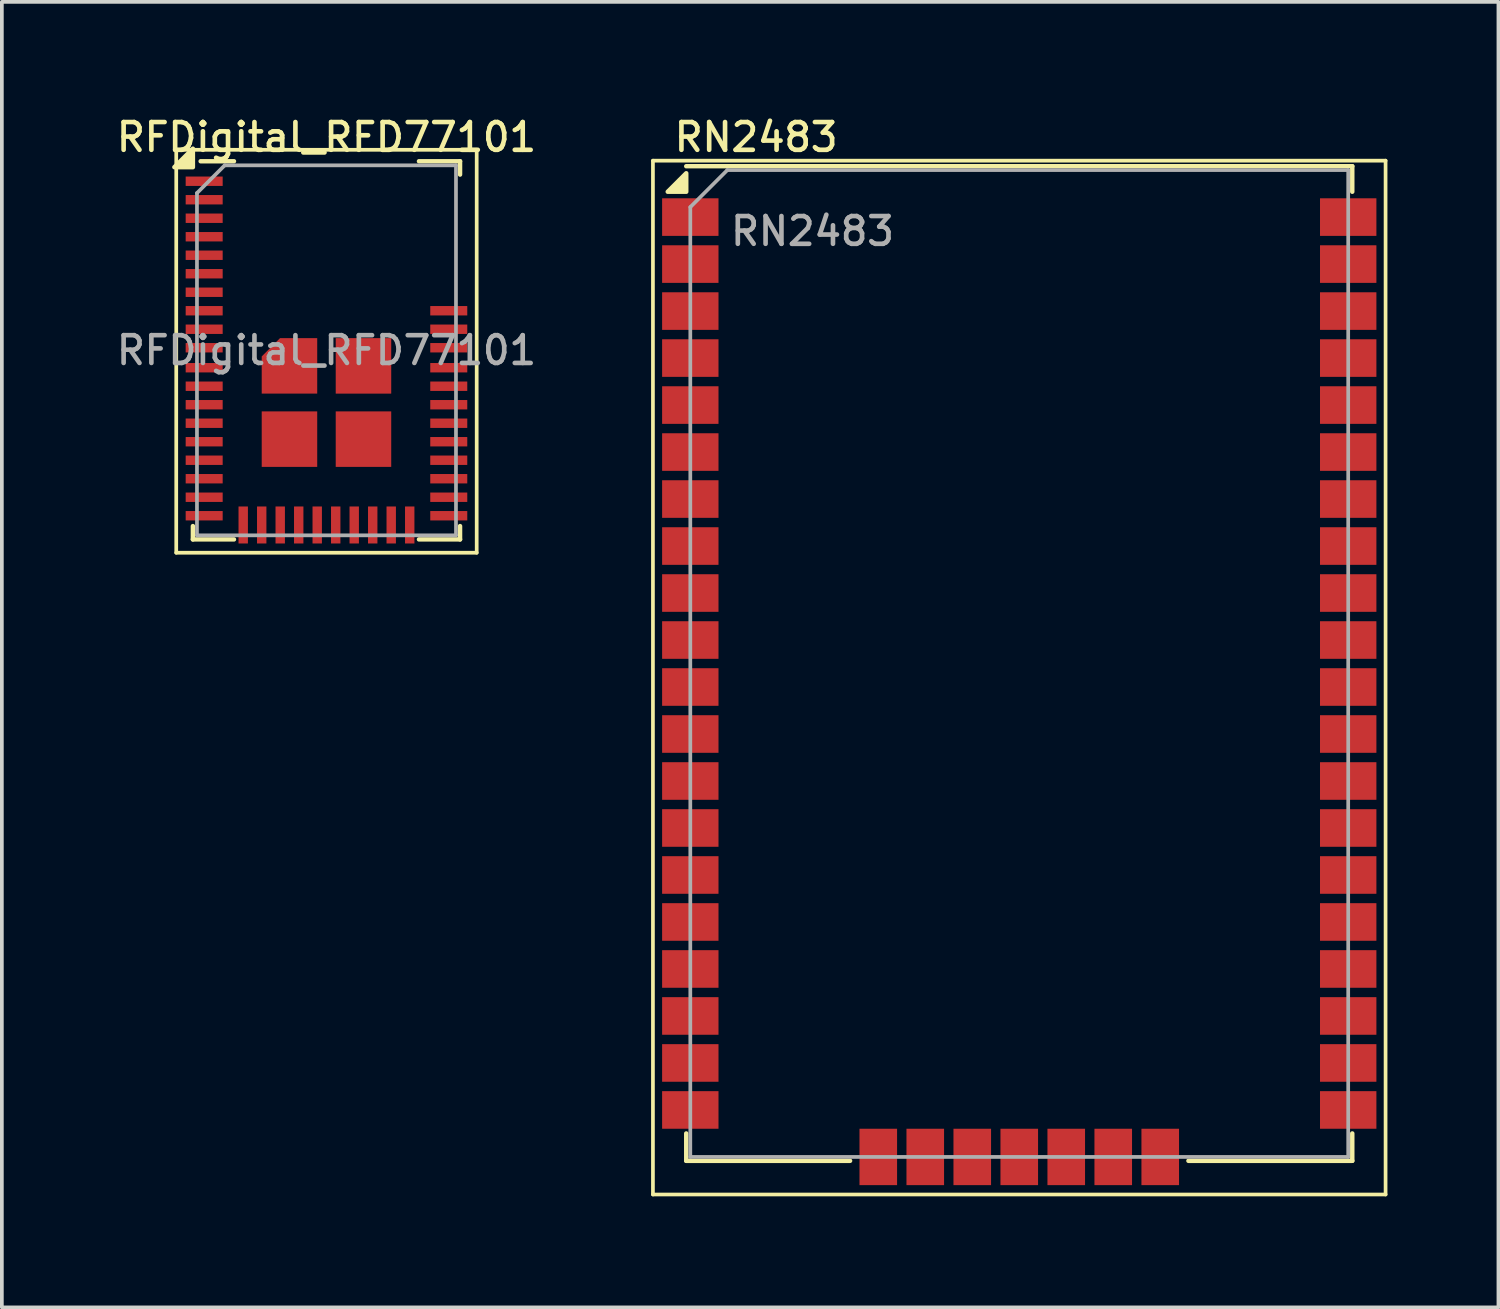
<source format=kicad_pcb>
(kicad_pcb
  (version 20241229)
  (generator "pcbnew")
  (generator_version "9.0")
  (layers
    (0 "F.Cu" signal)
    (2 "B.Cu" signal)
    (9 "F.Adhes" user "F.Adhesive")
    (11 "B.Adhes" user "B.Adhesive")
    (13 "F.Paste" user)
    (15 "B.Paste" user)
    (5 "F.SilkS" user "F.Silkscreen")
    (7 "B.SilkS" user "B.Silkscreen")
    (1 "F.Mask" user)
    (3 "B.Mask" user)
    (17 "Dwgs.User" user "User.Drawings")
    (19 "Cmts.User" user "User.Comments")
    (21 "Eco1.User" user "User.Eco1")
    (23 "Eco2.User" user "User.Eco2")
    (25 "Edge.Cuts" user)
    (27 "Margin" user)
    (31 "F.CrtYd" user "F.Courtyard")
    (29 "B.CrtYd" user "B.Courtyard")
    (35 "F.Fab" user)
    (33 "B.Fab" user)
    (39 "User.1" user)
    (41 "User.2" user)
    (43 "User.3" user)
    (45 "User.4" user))
  (footprint "RN2483"
    (layer "F.Cu")
    (at 24.496 14.882)
    (property "Reference" "RN2483" (at -7.112 -14.224 0) (layer "F.SilkS") (effects (font (size 0.75 0.75) (thickness 0.125))))
    (attr smd)
    (fp_line (start -9.9 -13.59) (end 9.9 -13.59) (stroke (width 0.1) (type solid)) (layer "F.SilkS"))
    (fp_line (start -9.9 14.35) (end -9.9 -13.59) (stroke (width 0.1) (type solid)) (layer "F.SilkS"))
    (fp_line (start -9 -13.44) (end 9 -13.44) (stroke (width 0.12) (type solid)) (layer "F.SilkS"))
    (fp_line (start -9 12.7) (end -9 13.44) (stroke (width 0.12) (type solid)) (layer "F.SilkS"))
    (fp_line (start -9 13.44) (end -4.572 13.44) (stroke (width 0.12) (type solid)) (layer "F.SilkS"))
    (fp_line (start 4.572 13.44) (end 9 13.44) (stroke (width 0.12) (type solid)) (layer "F.SilkS"))
    (fp_line (start 9 -13.44) (end 9 -12.75) (stroke (width 0.12) (type solid)) (layer "F.SilkS"))
    (fp_line (start 9 13.44) (end 9 12.7) (stroke (width 0.12) (type solid)) (layer "F.SilkS"))
    (fp_line (start 9.9 -13.59) (end 9.9 14.35) (stroke (width 0.1) (type solid)) (layer "F.SilkS"))
    (fp_line (start 9.9 14.35) (end -9.9 14.35) (stroke (width 0.1) (type solid)) (layer "F.SilkS"))
    (fp_poly (pts (xy -9 -12.75) (xy -9.5 -12.75) (xy -9 -13.25) (xy -9 -12.75)) (stroke (width 0.12) (type solid)) (fill yes) (layer "F.SilkS"))
    (fp_line (start -8.89 13.335) (end -8.89 -12.335) (stroke (width 0.1) (type solid)) (layer "F.Fab"))
    (fp_line (start -7.89 -13.335) (end -8.89 -12.335) (stroke (width 0.1) (type solid)) (layer "F.Fab"))
    (fp_line (start -7.89 -13.335) (end 8.89 -13.335) (stroke (width 0.1) (type solid)) (layer "F.Fab"))
    (fp_line (start 8.89 -13.335) (end 8.89 13.335) (stroke (width 0.1) (type solid)) (layer "F.Fab"))
    (fp_line (start 8.89 13.335) (end -8.89 13.335) (stroke (width 0.1) (type solid)) (layer "F.Fab"))
    (fp_text user "${REFERENCE}" (at -5.588 -11.684 0) (layer "F.Fab") (effects (font (size 0.75 0.75) (thickness 0.125))))
    (pad "1" smd rect (at -8.89 -12.065) (size 1.524 1.016) (layers "F.Cu" "F.Mask" "F.Paste"))
    (pad "2" smd rect (at -8.89 -10.795) (size 1.524 1.016) (layers "F.Cu" "F.Mask" "F.Paste"))
    (pad "3" smd rect (at -8.89 -9.525) (size 1.524 1.016) (layers "F.Cu" "F.Mask" "F.Paste"))
    (pad "4" smd rect (at -8.89 -8.255) (size 1.524 1.016) (layers "F.Cu" "F.Mask" "F.Paste"))
    (pad "5" smd rect (at -8.89 -6.985) (size 1.524 1.016) (layers "F.Cu" "F.Mask" "F.Paste"))
    (pad "6" smd rect (at -8.89 -5.715) (size 1.524 1.016) (layers "F.Cu" "F.Mask" "F.Paste"))
    (pad "7" smd rect (at -8.89 -4.445) (size 1.524 1.016) (layers "F.Cu" "F.Mask" "F.Paste"))
    (pad "8" smd rect (at -8.89 -3.175) (size 1.524 1.016) (layers "F.Cu" "F.Mask" "F.Paste"))
    (pad "9" smd rect (at -8.89 -1.905) (size 1.524 1.016) (layers "F.Cu" "F.Mask" "F.Paste"))
    (pad "10" smd rect (at -8.89 -0.635) (size 1.524 1.016) (layers "F.Cu" "F.Mask" "F.Paste"))
    (pad "11" smd rect (at -8.89 0.635) (size 1.524 1.016) (layers "F.Cu" "F.Mask" "F.Paste"))
    (pad "12" smd rect (at -8.89 1.905) (size 1.524 1.016) (layers "F.Cu" "F.Mask" "F.Paste"))
    (pad "13" smd rect (at -8.89 3.175) (size 1.524 1.016) (layers "F.Cu" "F.Mask" "F.Paste"))
    (pad "14" smd rect (at -8.89 4.445) (size 1.524 1.016) (layers "F.Cu" "F.Mask" "F.Paste"))
    (pad "15" smd rect (at -8.89 5.715) (size 1.524 1.016) (layers "F.Cu" "F.Mask" "F.Paste"))
    (pad "16" smd rect (at -8.89 6.985) (size 1.524 1.016) (layers "F.Cu" "F.Mask" "F.Paste"))
    (pad "17" smd rect (at -8.89 8.255) (size 1.524 1.016) (layers "F.Cu" "F.Mask" "F.Paste"))
    (pad "18" smd rect (at -8.89 9.525) (size 1.524 1.016) (layers "F.Cu" "F.Mask" "F.Paste"))
    (pad "19" smd rect (at -8.89 10.795) (size 1.524 1.016) (layers "F.Cu" "F.Mask" "F.Paste"))
    (pad "20" smd rect (at -8.89 12.065) (size 1.524 1.016) (layers "F.Cu" "F.Mask" "F.Paste"))
    (pad "21" smd rect (at -3.81 13.335 90) (size 1.524 1.016) (layers "F.Cu" "F.Mask" "F.Paste"))
    (pad "22" smd rect (at -2.54 13.335 90) (size 1.524 1.016) (layers "F.Cu" "F.Mask" "F.Paste"))
    (pad "23" smd rect (at -1.27 13.335 90) (size 1.524 1.016) (layers "F.Cu" "F.Mask" "F.Paste"))
    (pad "24" smd rect (at 0 13.335 90) (size 1.524 1.016) (layers "F.Cu" "F.Mask" "F.Paste"))
    (pad "25" smd rect (at 1.27 13.335 90) (size 1.524 1.016) (layers "F.Cu" "F.Mask" "F.Paste"))
    (pad "26" smd rect (at 2.54 13.335 90) (size 1.524 1.016) (layers "F.Cu" "F.Mask" "F.Paste"))
    (pad "27" smd rect (at 3.81 13.335 90) (size 1.524 1.016) (layers "F.Cu" "F.Mask" "F.Paste"))
    (pad "28" smd rect (at 8.89 12.065) (size 1.524 1.016) (layers "F.Cu" "F.Mask" "F.Paste"))
    (pad "29" smd rect (at 8.89 10.795) (size 1.524 1.016) (layers "F.Cu" "F.Mask" "F.Paste"))
    (pad "30" smd rect (at 8.89 9.525) (size 1.524 1.016) (layers "F.Cu" "F.Mask" "F.Paste"))
    (pad "31" smd rect (at 8.89 8.255) (size 1.524 1.016) (layers "F.Cu" "F.Mask" "F.Paste"))
    (pad "32" smd rect (at 8.89 6.985) (size 1.524 1.016) (layers "F.Cu" "F.Mask" "F.Paste"))
    (pad "33" smd rect (at 8.89 5.715) (size 1.524 1.016) (layers "F.Cu" "F.Mask" "F.Paste"))
    (pad "34" smd rect (at 8.89 4.445) (size 1.524 1.016) (layers "F.Cu" "F.Mask" "F.Paste"))
    (pad "35" smd rect (at 8.89 3.175) (size 1.524 1.016) (layers "F.Cu" "F.Mask" "F.Paste"))
    (pad "36" smd rect (at 8.89 1.905) (size 1.524 1.016) (layers "F.Cu" "F.Mask" "F.Paste"))
    (pad "37" smd rect (at 8.89 0.635) (size 1.524 1.016) (layers "F.Cu" "F.Mask" "F.Paste"))
    (pad "38" smd rect (at 8.89 -0.635) (size 1.524 1.016) (layers "F.Cu" "F.Mask" "F.Paste"))
    (pad "39" smd rect (at 8.89 -1.905) (size 1.524 1.016) (layers "F.Cu" "F.Mask" "F.Paste"))
    (pad "40" smd rect (at 8.89 -3.175) (size 1.524 1.016) (layers "F.Cu" "F.Mask" "F.Paste"))
    (pad "41" smd rect (at 8.89 -4.445) (size 1.524 1.016) (layers "F.Cu" "F.Mask" "F.Paste"))
    (pad "42" smd rect (at 8.89 -5.715) (size 1.524 1.016) (layers "F.Cu" "F.Mask" "F.Paste"))
    (pad "43" smd rect (at 8.89 -6.985) (size 1.524 1.016) (layers "F.Cu" "F.Mask" "F.Paste"))
    (pad "44" smd rect (at 8.89 -8.255) (size 1.524 1.016) (layers "F.Cu" "F.Mask" "F.Paste"))
    (pad "45" smd rect (at 8.89 -9.525) (size 1.524 1.016) (layers "F.Cu" "F.Mask" "F.Paste"))
    (pad "46" smd rect (at 8.89 -10.795) (size 1.524 1.016) (layers "F.Cu" "F.Mask" "F.Paste"))
    (pad "47" smd rect (at 8.89 -12.065) (size 1.524 1.016) (layers "F.Cu" "F.Mask" "F.Paste")))
  (footprint "RFDigital_RFD77101"
    (layer "F.Cu")
    (at 5.773 6.418)
    (property "Reference" "RFDigital_RFD77101" (at 0 -5.76 0) (layer "F.SilkS") (effects (font (size 0.75 0.75) (thickness 0.125))))
    (attr smd)
    (fp_line (start -4.06 -5.42) (end -4.06 5.47) (stroke (width 0.1) (type solid)) (layer "F.SilkS"))
    (fp_line (start -4.06 5.47) (end 4.06 5.47) (stroke (width 0.1) (type solid)) (layer "F.SilkS"))
    (fp_line (start -3.61 4.75) (end -3.61 5.11) (stroke (width 0.12) (type solid)) (layer "F.SilkS"))
    (fp_line (start -3.61 5.11) (end -2.5 5.11) (stroke (width 0.12) (type solid)) (layer "F.SilkS"))
    (fp_line (start -3.4 -5.11) (end -2.5 -5.11) (stroke (width 0.12) (type solid)) (layer "F.SilkS"))
    (fp_line (start 3.61 -5.11) (end 2.5 -5.11) (stroke (width 0.12) (type solid)) (layer "F.SilkS"))
    (fp_line (start 3.61 -4.75) (end 3.61 -5.11) (stroke (width 0.12) (type solid)) (layer "F.SilkS"))
    (fp_line (start 3.61 4.75) (end 3.61 5.11) (stroke (width 0.12) (type solid)) (layer "F.SilkS"))
    (fp_line (start 3.61 5.11) (end 2.5 5.11) (stroke (width 0.12) (type solid)) (layer "F.SilkS"))
    (fp_line (start 4.06 -5.42) (end -4.06 -5.42) (stroke (width 0.1) (type solid)) (layer "F.SilkS"))
    (fp_line (start 4.06 5.47) (end 4.06 -5.42) (stroke (width 0.1) (type solid)) (layer "F.SilkS"))
    (fp_poly (pts (xy -3.61 -4.95) (xy -4.11 -4.95) (xy -3.61 -5.45) (xy -3.61 -4.95)) (stroke (width 0.12) (type solid)) (fill yes) (layer "F.SilkS"))
    (fp_line (start -3.5 -4.25) (end -3.5 5) (stroke (width 0.1) (type solid)) (layer "F.Fab"))
    (fp_line (start -3.5 5) (end 3.5 5) (stroke (width 0.1) (type solid)) (layer "F.Fab"))
    (fp_line (start -2.75 -5) (end -3.5 -4.25) (stroke (width 0.1) (type solid)) (layer "F.Fab"))
    (fp_line (start 3.5 -5) (end -2.75 -5) (stroke (width 0.1) (type solid)) (layer "F.Fab"))
    (fp_line (start 3.5 5) (end 3.5 -5) (stroke (width 0.1) (type solid)) (layer "F.Fab"))
    (fp_text user "${REFERENCE}" (at 0 0 0) (layer "F.Fab") (effects (font (size 0.75 0.75) (thickness 0.125))))
    (pad "1" smd rect (at -3.305 -4.57) (size 1 0.254) (layers "F.Cu" "F.Mask" "F.Paste"))
    (pad "2" smd rect (at -3.305 -4.07) (size 1 0.254) (layers "F.Cu" "F.Mask" "F.Paste"))
    (pad "3" smd rect (at -3.305 -3.57) (size 1 0.254) (layers "F.Cu" "F.Mask" "F.Paste"))
    (pad "4" smd rect (at -3.305 -3.07) (size 1 0.254) (layers "F.Cu" "F.Mask" "F.Paste"))
    (pad "5" smd rect (at -3.305 -2.57) (size 1 0.254) (layers "F.Cu" "F.Mask" "F.Paste"))
    (pad "6" smd rect (at -3.305 -2.07) (size 1 0.254) (layers "F.Cu" "F.Mask" "F.Paste"))
    (pad "7" smd rect (at -3.305 -1.57) (size 1 0.254) (layers "F.Cu" "F.Mask" "F.Paste"))
    (pad "8" smd rect (at -3.305 -1.07) (size 1 0.254) (layers "F.Cu" "F.Mask" "F.Paste"))
    (pad "9" smd rect (at -3.305 -0.57) (size 1 0.254) (layers "F.Cu" "F.Mask" "F.Paste"))
    (pad "10" smd rect (at -3.305 -0.07) (size 1 0.254) (layers "F.Cu" "F.Mask" "F.Paste"))
    (pad "11" smd rect (at -3.305 0.47) (size 1 0.254) (layers "F.Cu" "F.Mask" "F.Paste"))
    (pad "12" smd rect (at -3.305 0.97) (size 1 0.254) (layers "F.Cu" "F.Mask" "F.Paste"))
    (pad "13" smd rect (at -3.305 1.47) (size 1 0.254) (layers "F.Cu" "F.Mask" "F.Paste"))
    (pad "14" smd rect (at -3.305 1.97) (size 1 0.254) (layers "F.Cu" "F.Mask" "F.Paste"))
    (pad "15" smd rect (at -3.305 2.47) (size 1 0.254) (layers "F.Cu" "F.Mask" "F.Paste"))
    (pad "16" smd rect (at -3.305 2.97) (size 1 0.254) (layers "F.Cu" "F.Mask" "F.Paste"))
    (pad "17" smd rect (at -3.305 3.47) (size 1 0.254) (layers "F.Cu" "F.Mask" "F.Paste"))
    (pad "18" smd rect (at -3.305 3.97) (size 1 0.254) (layers "F.Cu" "F.Mask" "F.Paste"))
    (pad "19" smd rect (at -3.305 4.47) (size 1 0.254) (layers "F.Cu" "F.Mask" "F.Paste"))
    (pad "20" smd rect (at -2.25 4.72 90) (size 1 0.254) (layers "F.Cu" "F.Mask" "F.Paste"))
    (pad "21" smd rect (at -1.75 4.72 90) (size 1 0.254) (layers "F.Cu" "F.Mask" "F.Paste"))
    (pad "22" smd rect (at -1.25 4.72 90) (size 1 0.254) (layers "F.Cu" "F.Mask" "F.Paste"))
    (pad "23" smd rect (at -0.75 4.72 90) (size 1 0.254) (layers "F.Cu" "F.Mask" "F.Paste"))
    (pad "24" smd rect (at -0.25 4.72 90) (size 1 0.254) (layers "F.Cu" "F.Mask" "F.Paste"))
    (pad "25" smd rect (at 0.25 4.72 90) (size 1 0.254) (layers "F.Cu" "F.Mask" "F.Paste"))
    (pad "26" smd rect (at 0.75 4.72 90) (size 1 0.254) (layers "F.Cu" "F.Mask" "F.Paste"))
    (pad "27" smd rect (at 1.25 4.72 90) (size 1 0.254) (layers "F.Cu" "F.Mask" "F.Paste"))
    (pad "28" smd rect (at 1.75 4.72 90) (size 1 0.254) (layers "F.Cu" "F.Mask" "F.Paste"))
    (pad "29" smd rect (at 2.25 4.72 90) (size 1 0.254) (layers "F.Cu" "F.Mask" "F.Paste"))
    (pad "30" smd rect (at 3.305 4.47) (size 1 0.254) (layers "F.Cu" "F.Mask" "F.Paste"))
    (pad "31" smd rect (at 3.305 3.97) (size 1 0.254) (layers "F.Cu" "F.Mask" "F.Paste"))
    (pad "32" smd rect (at 3.305 3.47) (size 1 0.254) (layers "F.Cu" "F.Mask" "F.Paste"))
    (pad "33" smd rect (at 3.305 2.97) (size 1 0.254) (layers "F.Cu" "F.Mask" "F.Paste"))
    (pad "34" smd rect (at 3.305 2.47) (size 1 0.254) (layers "F.Cu" "F.Mask" "F.Paste"))
    (pad "35" smd rect (at 3.305 1.97) (size 1 0.254) (layers "F.Cu" "F.Mask" "F.Paste"))
    (pad "36" smd rect (at 3.305 1.47) (size 1 0.254) (layers "F.Cu" "F.Mask" "F.Paste"))
    (pad "37" smd rect (at 3.305 0.97) (size 1 0.254) (layers "F.Cu" "F.Mask" "F.Paste"))
    (pad "38" smd rect (at 3.305 0.47) (size 1 0.254) (layers "F.Cu" "F.Mask" "F.Paste"))
    (pad "39" smd rect (at 3.305 -0.07) (size 1 0.254) (layers "F.Cu" "F.Mask" "F.Paste"))
    (pad "40" smd rect (at 3.305 -0.57) (size 1 0.254) (layers "F.Cu" "F.Mask" "F.Paste"))
    (pad "41" smd rect (at 3.305 -1.07) (size 1 0.254) (layers "F.Cu" "F.Mask" "F.Paste"))
    (pad "42" smd roundrect (at -1 0.42) (size 1.5 1.5) (layers "F.Cu" "F.Mask" "F.Paste") (roundrect_rratio 0) (chamfer_ratio 0.33) (chamfer top_left))
    (pad "43" smd rect (at -1 2.4) (size 1.5 1.5) (layers "F.Cu" "F.Mask" "F.Paste"))
    (pad "44" smd rect (at 1 2.4) (size 1.5 1.5) (layers "F.Cu" "F.Mask" "F.Paste"))
    (pad "45" smd rect (at 1 0.42) (size 1.5 1.5) (layers "F.Cu" "F.Mask" "F.Paste")))
  (gr_rect
    (start -3 -3)
    (end 37.446 32.282)
    (stroke (width 0.1) (type default))
    (fill no)
    (layer "Edge.Cuts")))
</source>
